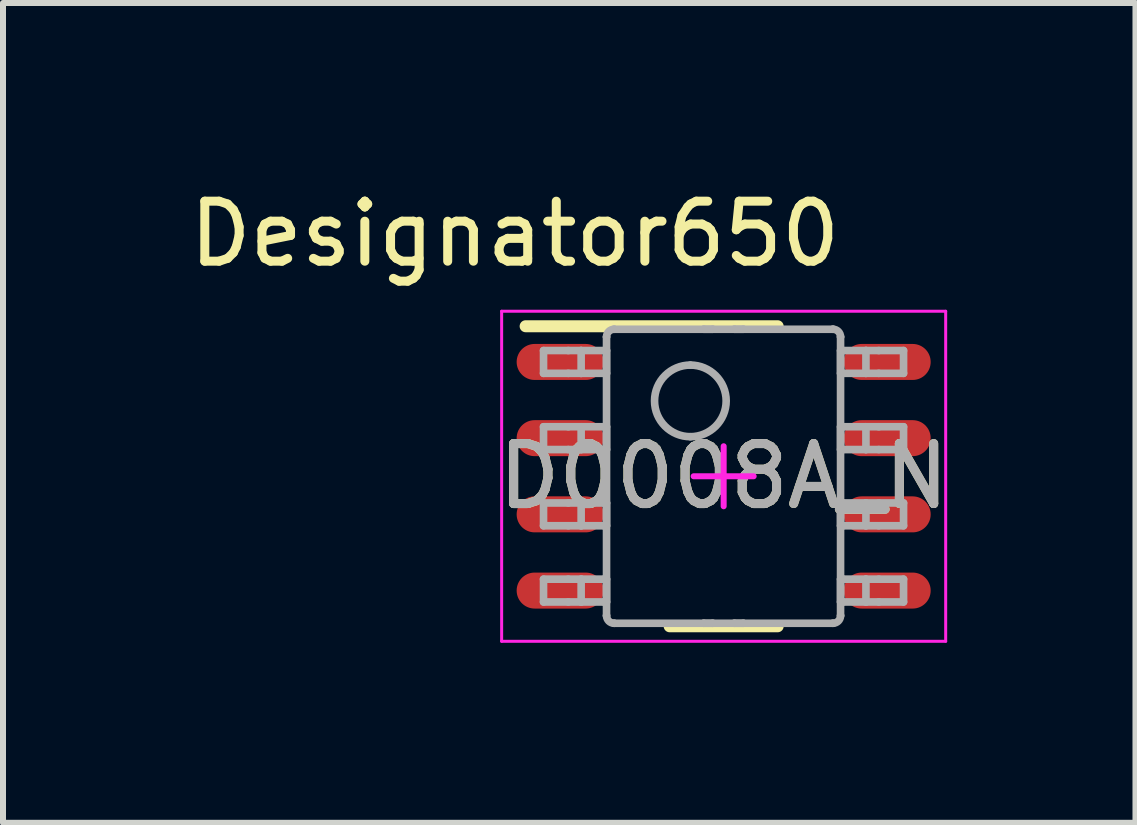
<source format=kicad_pcb>
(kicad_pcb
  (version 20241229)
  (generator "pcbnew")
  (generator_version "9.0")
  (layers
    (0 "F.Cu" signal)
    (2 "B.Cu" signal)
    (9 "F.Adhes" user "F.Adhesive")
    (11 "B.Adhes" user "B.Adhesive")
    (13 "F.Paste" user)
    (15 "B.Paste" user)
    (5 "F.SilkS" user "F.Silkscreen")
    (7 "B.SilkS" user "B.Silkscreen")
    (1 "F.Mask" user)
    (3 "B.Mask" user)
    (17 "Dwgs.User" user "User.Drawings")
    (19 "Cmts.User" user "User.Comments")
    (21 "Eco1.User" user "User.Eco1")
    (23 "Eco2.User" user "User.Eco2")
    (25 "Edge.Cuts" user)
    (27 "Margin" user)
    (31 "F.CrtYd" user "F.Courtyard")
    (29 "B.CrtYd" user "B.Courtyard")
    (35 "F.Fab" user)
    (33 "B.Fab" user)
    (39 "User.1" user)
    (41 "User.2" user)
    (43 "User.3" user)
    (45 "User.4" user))
  (footprint "D0008A_N"
    (layer "F.Cu")
    (at 9.01 4.887)
    (property "Reference" "D0008A_N" (at 0 0 0) (unlocked yes) (layer "F.SilkS") (effects (font (size 1 1) (thickness 0.15))))
    (attr smd)
    (fp_line (start -3.3 -2.5) (end 0.9 -2.5) (stroke (width 0.2) (type solid)) (layer "F.SilkS"))
    (fp_line (start -0.9 2.5) (end 0.9 2.5) (stroke (width 0.2) (type solid)) (layer "F.SilkS"))
    (fp_line (start -3.7 -2.75) (end 3.7 -2.75) (stroke (width 0.05) (type solid)) (layer "F.CrtYd"))
    (fp_line (start -3.7 2.75) (end -3.7 -2.75) (stroke (width 0.05) (type solid)) (layer "F.CrtYd"))
    (fp_line (start -3.7 2.75) (end 3.7 2.75) (stroke (width 0.05) (type solid)) (layer "F.CrtYd"))
    (fp_line (start -0.5 0) (end 0.5 0) (stroke (width 0.1) (type solid)) (layer "F.CrtYd"))
    (fp_line (start 0 0.5) (end 0 -0.5) (stroke (width 0.1) (type solid)) (layer "F.CrtYd"))
    (fp_line (start 3.7 2.75) (end 3.7 -2.75) (stroke (width 0.05) (type solid)) (layer "F.CrtYd"))
    (fp_line (start -3.002 -2.095) (end -2.589 -2.095) (stroke (width 0.127) (type solid)) (layer "F.Fab"))
    (fp_line (start -3.002 -1.715) (end -3.002 -2.095) (stroke (width 0.127) (type solid)) (layer "F.Fab"))
    (fp_line (start -3.002 -1.715) (end -2.589 -1.715) (stroke (width 0.127) (type solid)) (layer "F.Fab"))
    (fp_line (start -3.002 -0.825) (end -2.589 -0.825) (stroke (width 0.127) (type solid)) (layer "F.Fab"))
    (fp_line (start -3.002 -0.445) (end -3.002 -0.825) (stroke (width 0.127) (type solid)) (layer "F.Fab"))
    (fp_line (start -3.002 -0.445) (end -2.589 -0.445) (stroke (width 0.127) (type solid)) (layer "F.Fab"))
    (fp_line (start -3.002 0.445) (end -2.589 0.445) (stroke (width 0.127) (type solid)) (layer "F.Fab"))
    (fp_line (start -3.002 0.825) (end -3.002 0.445) (stroke (width 0.127) (type solid)) (layer "F.Fab"))
    (fp_line (start -3.002 0.825) (end -2.589 0.825) (stroke (width 0.127) (type solid)) (layer "F.Fab"))
    (fp_line (start -3.002 1.715) (end -2.589 1.715) (stroke (width 0.127) (type solid)) (layer "F.Fab"))
    (fp_line (start -3.002 2.095) (end -3.002 1.715) (stroke (width 0.127) (type solid)) (layer "F.Fab"))
    (fp_line (start -3.002 2.095) (end -2.589 2.095) (stroke (width 0.127) (type solid)) (layer "F.Fab"))
    (fp_line (start -2.589 -2.095) (end -2.375 -2.095) (stroke (width 0.127) (type solid)) (layer "F.Fab"))
    (fp_line (start -2.589 -1.715) (end -2.375 -1.715) (stroke (width 0.127) (type solid)) (layer "F.Fab"))
    (fp_line (start -2.589 -0.825) (end -2.375 -0.825) (stroke (width 0.127) (type solid)) (layer "F.Fab"))
    (fp_line (start -2.589 -0.445) (end -2.375 -0.445) (stroke (width 0.127) (type solid)) (layer "F.Fab"))
    (fp_line (start -2.589 0.445) (end -2.375 0.445) (stroke (width 0.127) (type solid)) (layer "F.Fab"))
    (fp_line (start -2.589 0.825) (end -2.375 0.825) (stroke (width 0.127) (type solid)) (layer "F.Fab"))
    (fp_line (start -2.589 1.715) (end -2.375 1.715) (stroke (width 0.127) (type solid)) (layer "F.Fab"))
    (fp_line (start -2.589 2.095) (end -2.375 2.095) (stroke (width 0.127) (type solid)) (layer "F.Fab"))
    (fp_line (start -2.375 -2.095) (end -1.995 -2.095) (stroke (width 0.127) (type solid)) (layer "F.Fab"))
    (fp_line (start -2.375 -1.715) (end -2.375 -2.095) (stroke (width 0.127) (type solid)) (layer "F.Fab"))
    (fp_line (start -2.375 -1.715) (end -1.995 -1.715) (stroke (width 0.127) (type solid)) (layer "F.Fab"))
    (fp_line (start -2.375 -0.825) (end -1.995 -0.825) (stroke (width 0.127) (type solid)) (layer "F.Fab"))
    (fp_line (start -2.375 -0.445) (end -2.375 -0.825) (stroke (width 0.127) (type solid)) (layer "F.Fab"))
    (fp_line (start -2.375 -0.445) (end -1.995 -0.445) (stroke (width 0.127) (type solid)) (layer "F.Fab"))
    (fp_line (start -2.375 0.445) (end -1.995 0.445) (stroke (width 0.127) (type solid)) (layer "F.Fab"))
    (fp_line (start -2.375 0.825) (end -2.375 0.445) (stroke (width 0.127) (type solid)) (layer "F.Fab"))
    (fp_line (start -2.375 0.825) (end -1.995 0.825) (stroke (width 0.127) (type solid)) (layer "F.Fab"))
    (fp_line (start -2.375 1.715) (end -1.995 1.715) (stroke (width 0.127) (type solid)) (layer "F.Fab"))
    (fp_line (start -2.375 2.095) (end -2.375 1.715) (stroke (width 0.127) (type solid)) (layer "F.Fab"))
    (fp_line (start -2.375 2.095) (end -1.995 2.095) (stroke (width 0.127) (type solid)) (layer "F.Fab"))
    (fp_line (start -1.995 -2.095) (end -1.952 -2.095) (stroke (width 0.127) (type solid)) (layer "F.Fab"))
    (fp_line (start -1.995 -1.715) (end -1.952 -1.715) (stroke (width 0.127) (type solid)) (layer "F.Fab"))
    (fp_line (start -1.995 -0.825) (end -1.952 -0.825) (stroke (width 0.127) (type solid)) (layer "F.Fab"))
    (fp_line (start -1.995 -0.445) (end -1.952 -0.445) (stroke (width 0.127) (type solid)) (layer "F.Fab"))
    (fp_line (start -1.995 0.445) (end -1.952 0.445) (stroke (width 0.127) (type solid)) (layer "F.Fab"))
    (fp_line (start -1.995 0.825) (end -1.952 0.825) (stroke (width 0.127) (type solid)) (layer "F.Fab"))
    (fp_line (start -1.995 1.715) (end -1.952 1.715) (stroke (width 0.127) (type solid)) (layer "F.Fab"))
    (fp_line (start -1.995 2.095) (end -1.952 2.095) (stroke (width 0.127) (type solid)) (layer "F.Fab"))
    (fp_line (start -1.952 -2.323) (end -1.952 -2.324) (stroke (width 0.127) (type solid)) (layer "F.Fab"))
    (fp_line (start -1.952 -1.715) (end -1.952 -2.095) (stroke (width 0.127) (type solid)) (layer "F.Fab"))
    (fp_line (start -1.952 -0.445) (end -1.952 -0.825) (stroke (width 0.127) (type solid)) (layer "F.Fab"))
    (fp_line (start -1.952 0.825) (end -1.952 0.445) (stroke (width 0.127) (type solid)) (layer "F.Fab"))
    (fp_line (start -1.952 2.095) (end -1.952 1.715) (stroke (width 0.127) (type solid)) (layer "F.Fab"))
    (fp_line (start -1.952 2.323) (end -1.952 -2.323) (stroke (width 0.127) (type solid)) (layer "F.Fab"))
    (fp_line (start -1.952 2.324) (end -1.952 2.323) (stroke (width 0.127) (type solid)) (layer "F.Fab"))
    (fp_line (start -1.826 -2.45) (end -1.825 -2.45) (stroke (width 0.127) (type solid)) (layer "F.Fab"))
    (fp_line (start -1.826 2.45) (end -1.825 2.45) (stroke (width 0.127) (type solid)) (layer "F.Fab"))
    (fp_line (start -1.825 -2.45) (end -0.332 -2.45) (stroke (width 0.127) (type solid)) (layer "F.Fab"))
    (fp_line (start -1.825 2.45) (end -0.332 2.45) (stroke (width 0.127) (type solid)) (layer "F.Fab"))
    (fp_line (start -0.332 -2.45) (end -0.182 -2.45) (stroke (width 0.127) (type solid)) (layer "F.Fab"))
    (fp_line (start -0.332 -2.45) (end -0.182 -2.45) (stroke (width 0.127) (type solid)) (layer "F.Fab"))
    (fp_line (start -0.332 2.45) (end -0.182 2.45) (stroke (width 0.127) (type solid)) (layer "F.Fab"))
    (fp_line (start -0.332 2.45) (end -0.182 2.45) (stroke (width 0.127) (type solid)) (layer "F.Fab"))
    (fp_line (start -0.182 -2.45) (end 0.178 -2.45) (stroke (width 0.127) (type solid)) (layer "F.Fab"))
    (fp_line (start -0.182 2.45) (end 0.178 2.45) (stroke (width 0.127) (type solid)) (layer "F.Fab"))
    (fp_line (start 0.178 -2.45) (end 0.328 -2.45) (stroke (width 0.127) (type solid)) (layer "F.Fab"))
    (fp_line (start 0.178 -2.45) (end 0.328 -2.45) (stroke (width 0.127) (type solid)) (layer "F.Fab"))
    (fp_line (start 0.178 2.45) (end 0.328 2.45) (stroke (width 0.127) (type solid)) (layer "F.Fab"))
    (fp_line (start 0.178 2.45) (end 0.328 2.45) (stroke (width 0.127) (type solid)) (layer "F.Fab"))
    (fp_line (start 0.328 -2.45) (end 1.821 -2.45) (stroke (width 0.127) (type solid)) (layer "F.Fab"))
    (fp_line (start 0.328 2.45) (end 1.821 2.45) (stroke (width 0.127) (type solid)) (layer "F.Fab"))
    (fp_line (start 1.821 -2.45) (end 1.822 -2.45) (stroke (width 0.127) (type solid)) (layer "F.Fab"))
    (fp_line (start 1.821 2.45) (end 1.822 2.45) (stroke (width 0.127) (type solid)) (layer "F.Fab"))
    (fp_line (start 1.948 -2.323) (end 1.948 -2.324) (stroke (width 0.127) (type solid)) (layer "F.Fab"))
    (fp_line (start 1.948 -2.095) (end 1.991 -2.095) (stroke (width 0.127) (type solid)) (layer "F.Fab"))
    (fp_line (start 1.948 -1.715) (end 1.948 -2.095) (stroke (width 0.127) (type solid)) (layer "F.Fab"))
    (fp_line (start 1.948 -1.715) (end 1.991 -1.715) (stroke (width 0.127) (type solid)) (layer "F.Fab"))
    (fp_line (start 1.948 -0.825) (end 1.991 -0.825) (stroke (width 0.127) (type solid)) (layer "F.Fab"))
    (fp_line (start 1.948 -0.445) (end 1.948 -0.825) (stroke (width 0.127) (type solid)) (layer "F.Fab"))
    (fp_line (start 1.948 -0.445) (end 1.991 -0.445) (stroke (width 0.127) (type solid)) (layer "F.Fab"))
    (fp_line (start 1.948 0.445) (end 1.991 0.445) (stroke (width 0.127) (type solid)) (layer "F.Fab"))
    (fp_line (start 1.948 0.825) (end 1.948 0.445) (stroke (width 0.127) (type solid)) (layer "F.Fab"))
    (fp_line (start 1.948 0.825) (end 1.991 0.825) (stroke (width 0.127) (type solid)) (layer "F.Fab"))
    (fp_line (start 1.948 1.715) (end 1.991 1.715) (stroke (width 0.127) (type solid)) (layer "F.Fab"))
    (fp_line (start 1.948 2.095) (end 1.948 1.715) (stroke (width 0.127) (type solid)) (layer "F.Fab"))
    (fp_line (start 1.948 2.095) (end 1.991 2.095) (stroke (width 0.127) (type solid)) (layer "F.Fab"))
    (fp_line (start 1.948 2.323) (end 1.948 -2.323) (stroke (width 0.127) (type solid)) (layer "F.Fab"))
    (fp_line (start 1.948 2.324) (end 1.948 2.323) (stroke (width 0.127) (type solid)) (layer "F.Fab"))
    (fp_line (start 1.991 -2.095) (end 2.371 -2.095) (stroke (width 0.127) (type solid)) (layer "F.Fab"))
    (fp_line (start 1.991 -1.715) (end 2.371 -1.715) (stroke (width 0.127) (type solid)) (layer "F.Fab"))
    (fp_line (start 1.991 -0.825) (end 2.371 -0.825) (stroke (width 0.127) (type solid)) (layer "F.Fab"))
    (fp_line (start 1.991 -0.445) (end 2.371 -0.445) (stroke (width 0.127) (type solid)) (layer "F.Fab"))
    (fp_line (start 1.991 0.445) (end 2.371 0.445) (stroke (width 0.127) (type solid)) (layer "F.Fab"))
    (fp_line (start 1.991 0.825) (end 2.371 0.825) (stroke (width 0.127) (type solid)) (layer "F.Fab"))
    (fp_line (start 1.991 1.715) (end 2.371 1.715) (stroke (width 0.127) (type solid)) (layer "F.Fab"))
    (fp_line (start 1.991 2.095) (end 2.371 2.095) (stroke (width 0.127) (type solid)) (layer "F.Fab"))
    (fp_line (start 2.371 -2.095) (end 2.585 -2.095) (stroke (width 0.127) (type solid)) (layer "F.Fab"))
    (fp_line (start 2.371 -1.715) (end 2.371 -2.095) (stroke (width 0.127) (type solid)) (layer "F.Fab"))
    (fp_line (start 2.371 -1.715) (end 2.585 -1.715) (stroke (width 0.127) (type solid)) (layer "F.Fab"))
    (fp_line (start 2.371 -0.825) (end 2.585 -0.825) (stroke (width 0.127) (type solid)) (layer "F.Fab"))
    (fp_line (start 2.371 -0.445) (end 2.371 -0.825) (stroke (width 0.127) (type solid)) (layer "F.Fab"))
    (fp_line (start 2.371 -0.445) (end 2.585 -0.445) (stroke (width 0.127) (type solid)) (layer "F.Fab"))
    (fp_line (start 2.371 0.445) (end 2.585 0.445) (stroke (width 0.127) (type solid)) (layer "F.Fab"))
    (fp_line (start 2.371 0.825) (end 2.371 0.445) (stroke (width 0.127) (type solid)) (layer "F.Fab"))
    (fp_line (start 2.371 0.825) (end 2.585 0.825) (stroke (width 0.127) (type solid)) (layer "F.Fab"))
    (fp_line (start 2.371 1.715) (end 2.585 1.715) (stroke (width 0.127) (type solid)) (layer "F.Fab"))
    (fp_line (start 2.371 2.095) (end 2.371 1.715) (stroke (width 0.127) (type solid)) (layer "F.Fab"))
    (fp_line (start 2.371 2.095) (end 2.585 2.095) (stroke (width 0.127) (type solid)) (layer "F.Fab"))
    (fp_line (start 2.585 -2.095) (end 2.998 -2.095) (stroke (width 0.127) (type solid)) (layer "F.Fab"))
    (fp_line (start 2.585 -1.715) (end 2.998 -1.715) (stroke (width 0.127) (type solid)) (layer "F.Fab"))
    (fp_line (start 2.585 -0.825) (end 2.998 -0.825) (stroke (width 0.127) (type solid)) (layer "F.Fab"))
    (fp_line (start 2.585 -0.445) (end 2.998 -0.445) (stroke (width 0.127) (type solid)) (layer "F.Fab"))
    (fp_line (start 2.585 0.445) (end 2.998 0.445) (stroke (width 0.127) (type solid)) (layer "F.Fab"))
    (fp_line (start 2.585 0.825) (end 2.998 0.825) (stroke (width 0.127) (type solid)) (layer "F.Fab"))
    (fp_line (start 2.585 1.715) (end 2.998 1.715) (stroke (width 0.127) (type solid)) (layer "F.Fab"))
    (fp_line (start 2.585 2.095) (end 2.998 2.095) (stroke (width 0.127) (type solid)) (layer "F.Fab"))
    (fp_line (start 2.998 -1.715) (end 2.998 -2.095) (stroke (width 0.127) (type solid)) (layer "F.Fab"))
    (fp_line (start 2.998 -0.445) (end 2.998 -0.825) (stroke (width 0.127) (type solid)) (layer "F.Fab"))
    (fp_line (start 2.998 0.825) (end 2.998 0.445) (stroke (width 0.127) (type solid)) (layer "F.Fab"))
    (fp_line (start 2.998 2.095) (end 2.998 1.715) (stroke (width 0.127) (type solid)) (layer "F.Fab"))
    (fp_arc (start -1.952002 -2.323941) (mid -1.914806 -2.412806) (end -1.825941 -2.450002) (stroke (width 0.127) (type solid)) (layer "F.Fab"))
    (fp_arc (start -1.825941 2.449992) (mid -1.914806 2.412795) (end -1.952002 2.323931) (stroke (width 0.127) (type solid)) (layer "F.Fab"))
    (fp_arc (start -0.555 -1.8531) (mid 0.0419 -1.2562) (end -0.555 -0.6593) (stroke (width 0.127) (type solid)) (layer "F.Fab"))
    (fp_arc (start -0.555 -0.6593) (mid -1.1519 -1.2562) (end -0.555 -1.8531) (stroke (width 0.127) (type solid)) (layer "F.Fab"))
    (fp_arc (start 1.821933 -2.450002) (mid 1.910797 -2.412806) (end 1.947994 -2.323941) (stroke (width 0.127) (type solid)) (layer "F.Fab"))
    (fp_arc (start 1.947994 2.323931) (mid 1.910797 2.412795) (end 1.821933 2.449992) (stroke (width 0.127) (type solid)) (layer "F.Fab"))
    (fp_text user "Designator650" (at -3.48 -4.039 0) (unlocked yes) (layer "F.SilkS") (effects (font (size 1 1) (thickness 0.15))))
    (fp_text user "${REFERENCE}" (at 0 0 0) (unlocked yes) (layer "F.Fab") (effects (font (size 1 1) (thickness 0.15))))
    (pad "1" smd oval (at -2.725 -1.905 90) (size 0.6 1.45) (layers "F.Cu" "F.Mask" "F.Paste"))
    (pad "2" smd oval (at -2.725 -0.635 90) (size 0.6 1.45) (layers "F.Cu" "F.Mask" "F.Paste"))
    (pad "3" smd oval (at -2.725 0.635 90) (size 0.6 1.45) (layers "F.Cu" "F.Mask" "F.Paste"))
    (pad "4" smd oval (at -2.725 1.905 90) (size 0.6 1.45) (layers "F.Cu" "F.Mask" "F.Paste"))
    (pad "5" smd oval (at 2.725 1.905 90) (size 0.6 1.45) (layers "F.Cu" "F.Mask" "F.Paste"))
    (pad "6" smd oval (at 2.725 0.635 90) (size 0.6 1.45) (layers "F.Cu" "F.Mask" "F.Paste"))
    (pad "7" smd oval (at 2.725 -0.635 90) (size 0.6 1.45) (layers "F.Cu" "F.Mask" "F.Paste"))
    (pad "8" smd oval (at 2.725 -1.905 90) (size 0.6 1.45) (layers "F.Cu" "F.Mask" "F.Paste")))
  (gr_rect
    (start -3 -3)
    (end 15.873 10.662)
    (stroke (width 0.1) (type default))
    (fill no)
    (layer "Edge.Cuts")))
</source>
